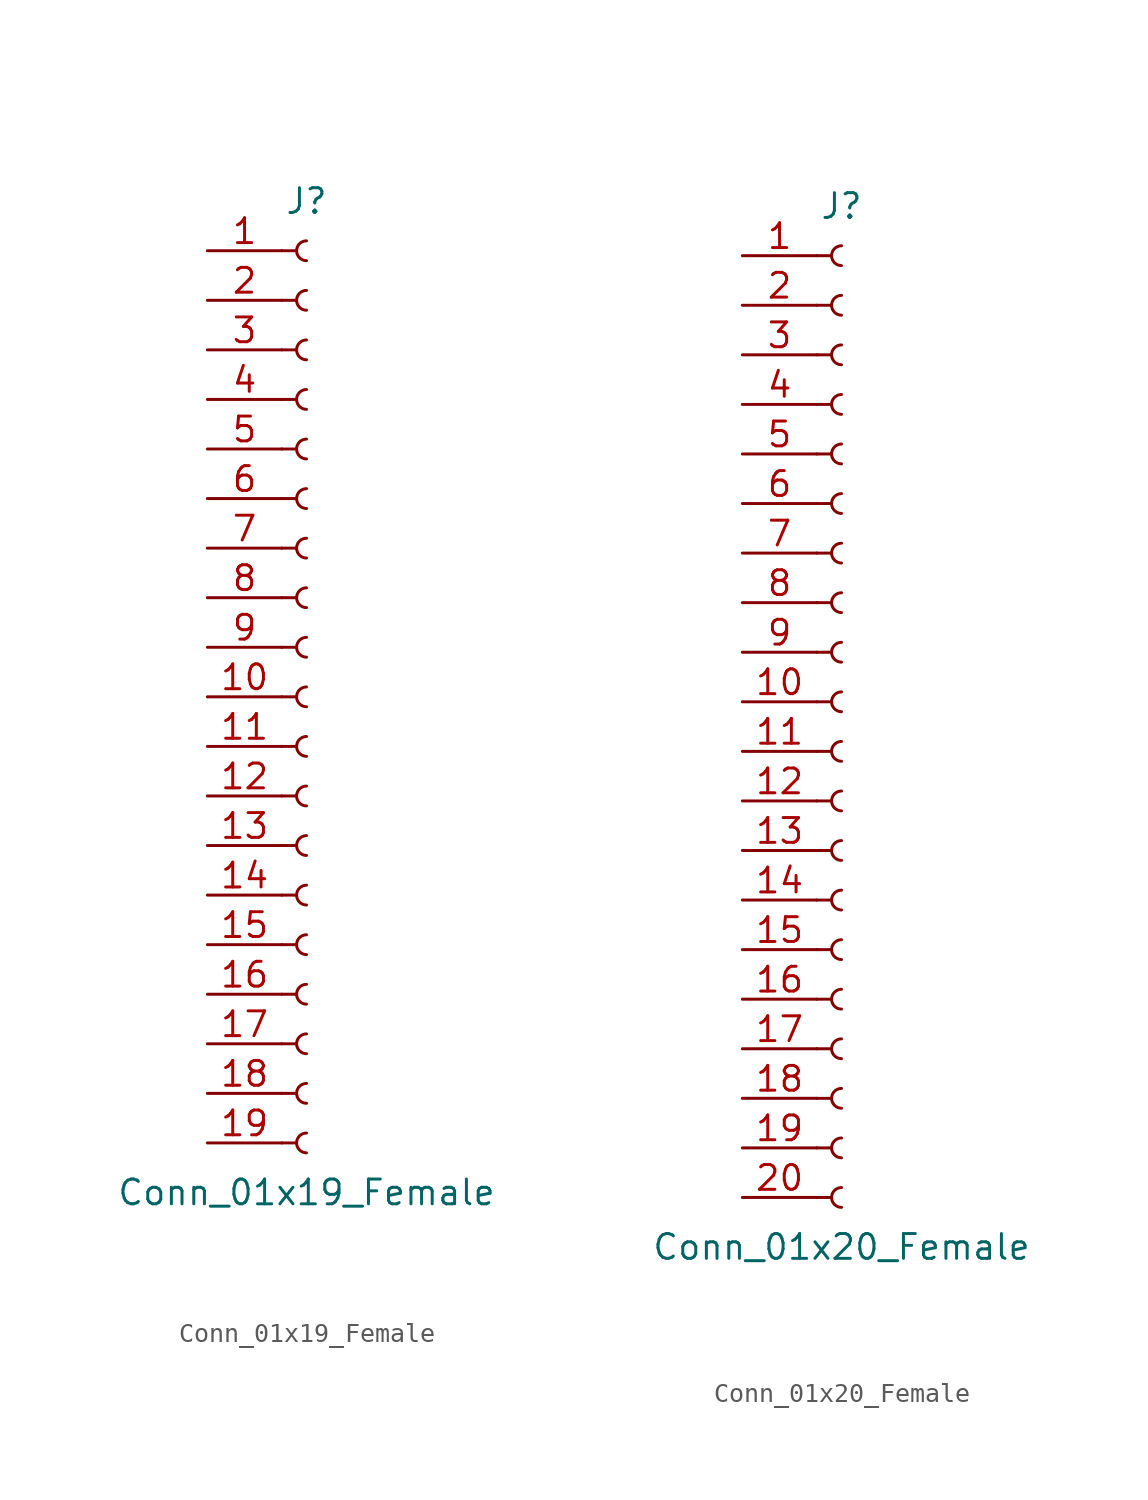
<source format=kicad_sym>
(kicad_symbol_lib
  (version 20211014)
  (generator kicad_symbol_editor)
  (symbol "Conn_01x19_Female"
    (pin_names
      (offset 1.016) hide)
    (property "Reference" "J"
      (at 0 25.4 0)
      (effects (font (size 1.27 1.27))))
    (property "Value" "Conn_01x19_Female"
      (at 0 -25.4 0)
      (effects (font (size 1.27 1.27))))
    (symbol "Conn_01x19_Female_1_1"
      (arc (start 0 -22.352) (mid -0.508 -22.86) (end 0 -23.368) (stroke (width 0.1524) (type default) (color 0 0 0 0)) (fill (type none)))
      (arc (start 0 -19.812) (mid -0.508 -20.32) (end 0 -20.828) (stroke (width 0.1524) (type default) (color 0 0 0 0)) (fill (type none)))
      (arc (start 0 -17.272) (mid -0.508 -17.78) (end 0 -18.288) (stroke (width 0.1524) (type default) (color 0 0 0 0)) (fill (type none)))
      (arc (start 0 -14.732) (mid -0.508 -15.24) (end 0 -15.748) (stroke (width 0.1524) (type default) (color 0 0 0 0)) (fill (type none)))
      (arc (start 0 -12.192) (mid -0.508 -12.7) (end 0 -13.208) (stroke (width 0.1524) (type default) (color 0 0 0 0)) (fill (type none)))
      (arc (start 0 -9.652) (mid -0.508 -10.16) (end 0 -10.668) (stroke (width 0.1524) (type default) (color 0 0 0 0)) (fill (type none)))
      (arc (start 0 -7.112) (mid -0.508 -7.62) (end 0 -8.128) (stroke (width 0.1524) (type default) (color 0 0 0 0)) (fill (type none)))
      (arc (start 0 -4.572) (mid -0.508 -5.08) (end 0 -5.588) (stroke (width 0.1524) (type default) (color 0 0 0 0)) (fill (type none)))
      (arc (start 0 -2.032) (mid -0.508 -2.54) (end 0 -3.048) (stroke (width 0.1524) (type default) (color 0 0 0 0)) (fill (type none)))
      (polyline (pts (xy -1.27 -22.86) (xy -0.508 -22.86)) (stroke (width 0.152) (type default) (color 0 0 0 0)) (fill (type none)))
      (polyline (pts (xy -1.27 -20.32) (xy -0.508 -20.32)) (stroke (width 0.152) (type default) (color 0 0 0 0)) (fill (type none)))
      (polyline (pts (xy -1.27 -17.78) (xy -0.508 -17.78)) (stroke (width 0.152) (type default) (color 0 0 0 0)) (fill (type none)))
      (polyline (pts (xy -1.27 -15.24) (xy -0.508 -15.24)) (stroke (width 0.152) (type default) (color 0 0 0 0)) (fill (type none)))
      (polyline (pts (xy -1.27 -12.7) (xy -0.508 -12.7)) (stroke (width 0.152) (type default) (color 0 0 0 0)) (fill (type none)))
      (polyline (pts (xy -1.27 -10.16) (xy -0.508 -10.16)) (stroke (width 0.152) (type default) (color 0 0 0 0)) (fill (type none)))
      (polyline (pts (xy -1.27 -7.62) (xy -0.508 -7.62)) (stroke (width 0.152) (type default) (color 0 0 0 0)) (fill (type none)))
      (polyline (pts (xy -1.27 -5.08) (xy -0.508 -5.08)) (stroke (width 0.152) (type default) (color 0 0 0 0)) (fill (type none)))
      (polyline (pts (xy -1.27 -2.54) (xy -0.508 -2.54)) (stroke (width 0.152) (type default) (color 0 0 0 0)) (fill (type none)))
      (polyline (pts (xy -1.27 0) (xy -0.508 0)) (stroke (width 0.152) (type default) (color 0 0 0 0)) (fill (type none)))
      (polyline (pts (xy -1.27 2.54) (xy -0.508 2.54)) (stroke (width 0.152) (type default) (color 0 0 0 0)) (fill (type none)))
      (polyline (pts (xy -1.27 5.08) (xy -0.508 5.08)) (stroke (width 0.152) (type default) (color 0 0 0 0)) (fill (type none)))
      (polyline (pts (xy -1.27 7.62) (xy -0.508 7.62)) (stroke (width 0.152) (type default) (color 0 0 0 0)) (fill (type none)))
      (polyline (pts (xy -1.27 10.16) (xy -0.508 10.16)) (stroke (width 0.152) (type default) (color 0 0 0 0)) (fill (type none)))
      (polyline (pts (xy -1.27 12.7) (xy -0.508 12.7)) (stroke (width 0.152) (type default) (color 0 0 0 0)) (fill (type none)))
      (polyline (pts (xy -1.27 15.24) (xy -0.508 15.24)) (stroke (width 0.152) (type default) (color 0 0 0 0)) (fill (type none)))
      (polyline (pts (xy -1.27 17.78) (xy -0.508 17.78)) (stroke (width 0.152) (type default) (color 0 0 0 0)) (fill (type none)))
      (polyline (pts (xy -1.27 20.32) (xy -0.508 20.32)) (stroke (width 0.152) (type default) (color 0 0 0 0)) (fill (type none)))
      (polyline (pts (xy -1.27 22.86) (xy -0.508 22.86)) (stroke (width 0.152) (type default) (color 0 0 0 0)) (fill (type none)))
      (arc (start 0 0.508) (mid -0.508 0) (end 0 -0.508) (stroke (width 0.1524) (type default) (color 0 0 0 0)) (fill (type none)))
      (arc (start 0 3.048) (mid -0.508 2.54) (end 0 2.032) (stroke (width 0.1524) (type default) (color 0 0 0 0)) (fill (type none)))
      (arc (start 0 5.588) (mid -0.508 5.08) (end 0 4.572) (stroke (width 0.1524) (type default) (color 0 0 0 0)) (fill (type none)))
      (arc (start 0 8.128) (mid -0.508 7.62) (end 0 7.112) (stroke (width 0.1524) (type default) (color 0 0 0 0)) (fill (type none)))
      (arc (start 0 10.668) (mid -0.508 10.16) (end 0 9.652) (stroke (width 0.1524) (type default) (color 0 0 0 0)) (fill (type none)))
      (arc (start 0 13.208) (mid -0.508 12.7) (end 0 12.192) (stroke (width 0.1524) (type default) (color 0 0 0 0)) (fill (type none)))
      (arc (start 0 15.748) (mid -0.508 15.24) (end 0 14.732) (stroke (width 0.1524) (type default) (color 0 0 0 0)) (fill (type none)))
      (arc (start 0 18.288) (mid -0.508 17.78) (end 0 17.272) (stroke (width 0.1524) (type default) (color 0 0 0 0)) (fill (type none)))
      (arc (start 0 20.828) (mid -0.508 20.32) (end 0 19.812) (stroke (width 0.1524) (type default) (color 0 0 0 0)) (fill (type none)))
      (arc (start 0 23.368) (mid -0.508 22.86) (end 0 22.352) (stroke (width 0.1524) (type default) (color 0 0 0 0)) (fill (type none)))
      (pin passive line (at -5.08 22.86 0) (length 3.81) (name "Pin_1" (effects (font (size 1.27 1.27)))) (number "1" (effects (font (size 1.27 1.27)))))
      (pin passive line (at -5.08 0 0) (length 3.81) (name "Pin_10" (effects (font (size 1.27 1.27)))) (number "10" (effects (font (size 1.27 1.27)))))
      (pin passive line (at -5.08 -2.54 0) (length 3.81) (name "Pin_11" (effects (font (size 1.27 1.27)))) (number "11" (effects (font (size 1.27 1.27)))))
      (pin passive line (at -5.08 -5.08 0) (length 3.81) (name "Pin_12" (effects (font (size 1.27 1.27)))) (number "12" (effects (font (size 1.27 1.27)))))
      (pin passive line (at -5.08 -7.62 0) (length 3.81) (name "Pin_13" (effects (font (size 1.27 1.27)))) (number "13" (effects (font (size 1.27 1.27)))))
      (pin passive line (at -5.08 -10.16 0) (length 3.81) (name "Pin_14" (effects (font (size 1.27 1.27)))) (number "14" (effects (font (size 1.27 1.27)))))
      (pin passive line (at -5.08 -12.7 0) (length 3.81) (name "Pin_15" (effects (font (size 1.27 1.27)))) (number "15" (effects (font (size 1.27 1.27)))))
      (pin passive line (at -5.08 -15.24 0) (length 3.81) (name "Pin_16" (effects (font (size 1.27 1.27)))) (number "16" (effects (font (size 1.27 1.27)))))
      (pin passive line (at -5.08 -17.78 0) (length 3.81) (name "Pin_17" (effects (font (size 1.27 1.27)))) (number "17" (effects (font (size 1.27 1.27)))))
      (pin passive line (at -5.08 -20.32 0) (length 3.81) (name "Pin_18" (effects (font (size 1.27 1.27)))) (number "18" (effects (font (size 1.27 1.27)))))
      (pin passive line (at -5.08 -22.86 0) (length 3.81) (name "Pin_19" (effects (font (size 1.27 1.27)))) (number "19" (effects (font (size 1.27 1.27)))))
      (pin passive line (at -5.08 20.32 0) (length 3.81) (name "Pin_2" (effects (font (size 1.27 1.27)))) (number "2" (effects (font (size 1.27 1.27)))))
      (pin passive line (at -5.08 17.78 0) (length 3.81) (name "Pin_3" (effects (font (size 1.27 1.27)))) (number "3" (effects (font (size 1.27 1.27)))))
      (pin passive line (at -5.08 15.24 0) (length 3.81) (name "Pin_4" (effects (font (size 1.27 1.27)))) (number "4" (effects (font (size 1.27 1.27)))))
      (pin passive line (at -5.08 12.7 0) (length 3.81) (name "Pin_5" (effects (font (size 1.27 1.27)))) (number "5" (effects (font (size 1.27 1.27)))))
      (pin passive line (at -5.08 10.16 0) (length 3.81) (name "Pin_6" (effects (font (size 1.27 1.27)))) (number "6" (effects (font (size 1.27 1.27)))))
      (pin passive line (at -5.08 7.62 0) (length 3.81) (name "Pin_7" (effects (font (size 1.27 1.27)))) (number "7" (effects (font (size 1.27 1.27)))))
      (pin passive line (at -5.08 5.08 0) (length 3.81) (name "Pin_8" (effects (font (size 1.27 1.27)))) (number "8" (effects (font (size 1.27 1.27)))))
      (pin passive line (at -5.08 2.54 0) (length 3.81) (name "Pin_9" (effects (font (size 1.27 1.27)))) (number "9" (effects (font (size 1.27 1.27)))))))
  (symbol "Conn_01x20_Female"
    (pin_names
      (offset 1.016) hide)
    (property "Reference" "J"
      (at 0 25.4 0)
      (effects (font (size 1.27 1.27))))
    (property "Value" "Conn_01x20_Female"
      (at 0 -27.94 0)
      (effects (font (size 1.27 1.27))))
    (symbol "Conn_01x20_Female_1_1"
      (arc (start 0 -24.892) (mid -0.508 -25.4) (end 0 -25.908) (stroke (width 0.1524) (type default) (color 0 0 0 0)) (fill (type none)))
      (arc (start 0 -22.352) (mid -0.508 -22.86) (end 0 -23.368) (stroke (width 0.1524) (type default) (color 0 0 0 0)) (fill (type none)))
      (arc (start 0 -19.812) (mid -0.508 -20.32) (end 0 -20.828) (stroke (width 0.1524) (type default) (color 0 0 0 0)) (fill (type none)))
      (arc (start 0 -17.272) (mid -0.508 -17.78) (end 0 -18.288) (stroke (width 0.1524) (type default) (color 0 0 0 0)) (fill (type none)))
      (arc (start 0 -14.732) (mid -0.508 -15.24) (end 0 -15.748) (stroke (width 0.1524) (type default) (color 0 0 0 0)) (fill (type none)))
      (arc (start 0 -12.192) (mid -0.508 -12.7) (end 0 -13.208) (stroke (width 0.1524) (type default) (color 0 0 0 0)) (fill (type none)))
      (arc (start 0 -9.652) (mid -0.508 -10.16) (end 0 -10.668) (stroke (width 0.1524) (type default) (color 0 0 0 0)) (fill (type none)))
      (arc (start 0 -7.112) (mid -0.508 -7.62) (end 0 -8.128) (stroke (width 0.1524) (type default) (color 0 0 0 0)) (fill (type none)))
      (arc (start 0 -4.572) (mid -0.508 -5.08) (end 0 -5.588) (stroke (width 0.1524) (type default) (color 0 0 0 0)) (fill (type none)))
      (arc (start 0 -2.032) (mid -0.508 -2.54) (end 0 -3.048) (stroke (width 0.1524) (type default) (color 0 0 0 0)) (fill (type none)))
      (polyline (pts (xy -1.27 -25.4) (xy -0.508 -25.4)) (stroke (width 0.152) (type default) (color 0 0 0 0)) (fill (type none)))
      (polyline (pts (xy -1.27 -22.86) (xy -0.508 -22.86)) (stroke (width 0.152) (type default) (color 0 0 0 0)) (fill (type none)))
      (polyline (pts (xy -1.27 -20.32) (xy -0.508 -20.32)) (stroke (width 0.152) (type default) (color 0 0 0 0)) (fill (type none)))
      (polyline (pts (xy -1.27 -17.78) (xy -0.508 -17.78)) (stroke (width 0.152) (type default) (color 0 0 0 0)) (fill (type none)))
      (polyline (pts (xy -1.27 -15.24) (xy -0.508 -15.24)) (stroke (width 0.152) (type default) (color 0 0 0 0)) (fill (type none)))
      (polyline (pts (xy -1.27 -12.7) (xy -0.508 -12.7)) (stroke (width 0.152) (type default) (color 0 0 0 0)) (fill (type none)))
      (polyline (pts (xy -1.27 -10.16) (xy -0.508 -10.16)) (stroke (width 0.152) (type default) (color 0 0 0 0)) (fill (type none)))
      (polyline (pts (xy -1.27 -7.62) (xy -0.508 -7.62)) (stroke (width 0.152) (type default) (color 0 0 0 0)) (fill (type none)))
      (polyline (pts (xy -1.27 -5.08) (xy -0.508 -5.08)) (stroke (width 0.152) (type default) (color 0 0 0 0)) (fill (type none)))
      (polyline (pts (xy -1.27 -2.54) (xy -0.508 -2.54)) (stroke (width 0.152) (type default) (color 0 0 0 0)) (fill (type none)))
      (polyline (pts (xy -1.27 0) (xy -0.508 0)) (stroke (width 0.152) (type default) (color 0 0 0 0)) (fill (type none)))
      (polyline (pts (xy -1.27 2.54) (xy -0.508 2.54)) (stroke (width 0.152) (type default) (color 0 0 0 0)) (fill (type none)))
      (polyline (pts (xy -1.27 5.08) (xy -0.508 5.08)) (stroke (width 0.152) (type default) (color 0 0 0 0)) (fill (type none)))
      (polyline (pts (xy -1.27 7.62) (xy -0.508 7.62)) (stroke (width 0.152) (type default) (color 0 0 0 0)) (fill (type none)))
      (polyline (pts (xy -1.27 10.16) (xy -0.508 10.16)) (stroke (width 0.152) (type default) (color 0 0 0 0)) (fill (type none)))
      (polyline (pts (xy -1.27 12.7) (xy -0.508 12.7)) (stroke (width 0.152) (type default) (color 0 0 0 0)) (fill (type none)))
      (polyline (pts (xy -1.27 15.24) (xy -0.508 15.24)) (stroke (width 0.152) (type default) (color 0 0 0 0)) (fill (type none)))
      (polyline (pts (xy -1.27 17.78) (xy -0.508 17.78)) (stroke (width 0.152) (type default) (color 0 0 0 0)) (fill (type none)))
      (polyline (pts (xy -1.27 20.32) (xy -0.508 20.32)) (stroke (width 0.152) (type default) (color 0 0 0 0)) (fill (type none)))
      (polyline (pts (xy -1.27 22.86) (xy -0.508 22.86)) (stroke (width 0.152) (type default) (color 0 0 0 0)) (fill (type none)))
      (arc (start 0 0.508) (mid -0.508 0) (end 0 -0.508) (stroke (width 0.1524) (type default) (color 0 0 0 0)) (fill (type none)))
      (arc (start 0 3.048) (mid -0.508 2.54) (end 0 2.032) (stroke (width 0.1524) (type default) (color 0 0 0 0)) (fill (type none)))
      (arc (start 0 5.588) (mid -0.508 5.08) (end 0 4.572) (stroke (width 0.1524) (type default) (color 0 0 0 0)) (fill (type none)))
      (arc (start 0 8.128) (mid -0.508 7.62) (end 0 7.112) (stroke (width 0.1524) (type default) (color 0 0 0 0)) (fill (type none)))
      (arc (start 0 10.668) (mid -0.508 10.16) (end 0 9.652) (stroke (width 0.1524) (type default) (color 0 0 0 0)) (fill (type none)))
      (arc (start 0 13.208) (mid -0.508 12.7) (end 0 12.192) (stroke (width 0.1524) (type default) (color 0 0 0 0)) (fill (type none)))
      (arc (start 0 15.748) (mid -0.508 15.24) (end 0 14.732) (stroke (width 0.1524) (type default) (color 0 0 0 0)) (fill (type none)))
      (arc (start 0 18.288) (mid -0.508 17.78) (end 0 17.272) (stroke (width 0.1524) (type default) (color 0 0 0 0)) (fill (type none)))
      (arc (start 0 20.828) (mid -0.508 20.32) (end 0 19.812) (stroke (width 0.1524) (type default) (color 0 0 0 0)) (fill (type none)))
      (arc (start 0 23.368) (mid -0.508 22.86) (end 0 22.352) (stroke (width 0.1524) (type default) (color 0 0 0 0)) (fill (type none)))
      (pin passive line (at -5.08 22.86 0) (length 3.81) (name "Pin_1" (effects (font (size 1.27 1.27)))) (number "1" (effects (font (size 1.27 1.27)))))
      (pin passive line (at -5.08 0 0) (length 3.81) (name "Pin_10" (effects (font (size 1.27 1.27)))) (number "10" (effects (font (size 1.27 1.27)))))
      (pin passive line (at -5.08 -2.54 0) (length 3.81) (name "Pin_11" (effects (font (size 1.27 1.27)))) (number "11" (effects (font (size 1.27 1.27)))))
      (pin passive line (at -5.08 -5.08 0) (length 3.81) (name "Pin_12" (effects (font (size 1.27 1.27)))) (number "12" (effects (font (size 1.27 1.27)))))
      (pin passive line (at -5.08 -7.62 0) (length 3.81) (name "Pin_13" (effects (font (size 1.27 1.27)))) (number "13" (effects (font (size 1.27 1.27)))))
      (pin passive line (at -5.08 -10.16 0) (length 3.81) (name "Pin_14" (effects (font (size 1.27 1.27)))) (number "14" (effects (font (size 1.27 1.27)))))
      (pin passive line (at -5.08 -12.7 0) (length 3.81) (name "Pin_15" (effects (font (size 1.27 1.27)))) (number "15" (effects (font (size 1.27 1.27)))))
      (pin passive line (at -5.08 -15.24 0) (length 3.81) (name "Pin_16" (effects (font (size 1.27 1.27)))) (number "16" (effects (font (size 1.27 1.27)))))
      (pin passive line (at -5.08 -17.78 0) (length 3.81) (name "Pin_17" (effects (font (size 1.27 1.27)))) (number "17" (effects (font (size 1.27 1.27)))))
      (pin passive line (at -5.08 -20.32 0) (length 3.81) (name "Pin_18" (effects (font (size 1.27 1.27)))) (number "18" (effects (font (size 1.27 1.27)))))
      (pin passive line (at -5.08 -22.86 0) (length 3.81) (name "Pin_19" (effects (font (size 1.27 1.27)))) (number "19" (effects (font (size 1.27 1.27)))))
      (pin passive line (at -5.08 20.32 0) (length 3.81) (name "Pin_2" (effects (font (size 1.27 1.27)))) (number "2" (effects (font (size 1.27 1.27)))))
      (pin passive line (at -5.08 -25.4 0) (length 3.81) (name "Pin_20" (effects (font (size 1.27 1.27)))) (number "20" (effects (font (size 1.27 1.27)))))
      (pin passive line (at -5.08 17.78 0) (length 3.81) (name "Pin_3" (effects (font (size 1.27 1.27)))) (number "3" (effects (font (size 1.27 1.27)))))
      (pin passive line (at -5.08 15.24 0) (length 3.81) (name "Pin_4" (effects (font (size 1.27 1.27)))) (number "4" (effects (font (size 1.27 1.27)))))
      (pin passive line (at -5.08 12.7 0) (length 3.81) (name "Pin_5" (effects (font (size 1.27 1.27)))) (number "5" (effects (font (size 1.27 1.27)))))
      (pin passive line (at -5.08 10.16 0) (length 3.81) (name "Pin_6" (effects (font (size 1.27 1.27)))) (number "6" (effects (font (size 1.27 1.27)))))
      (pin passive line (at -5.08 7.62 0) (length 3.81) (name "Pin_7" (effects (font (size 1.27 1.27)))) (number "7" (effects (font (size 1.27 1.27)))))
      (pin passive line (at -5.08 5.08 0) (length 3.81) (name "Pin_8" (effects (font (size 1.27 1.27)))) (number "8" (effects (font (size 1.27 1.27)))))
      (pin passive line (at -5.08 2.54 0) (length 3.81) (name "Pin_9" (effects (font (size 1.27 1.27)))) (number "9" (effects (font (size 1.27 1.27))))))))
</source>
